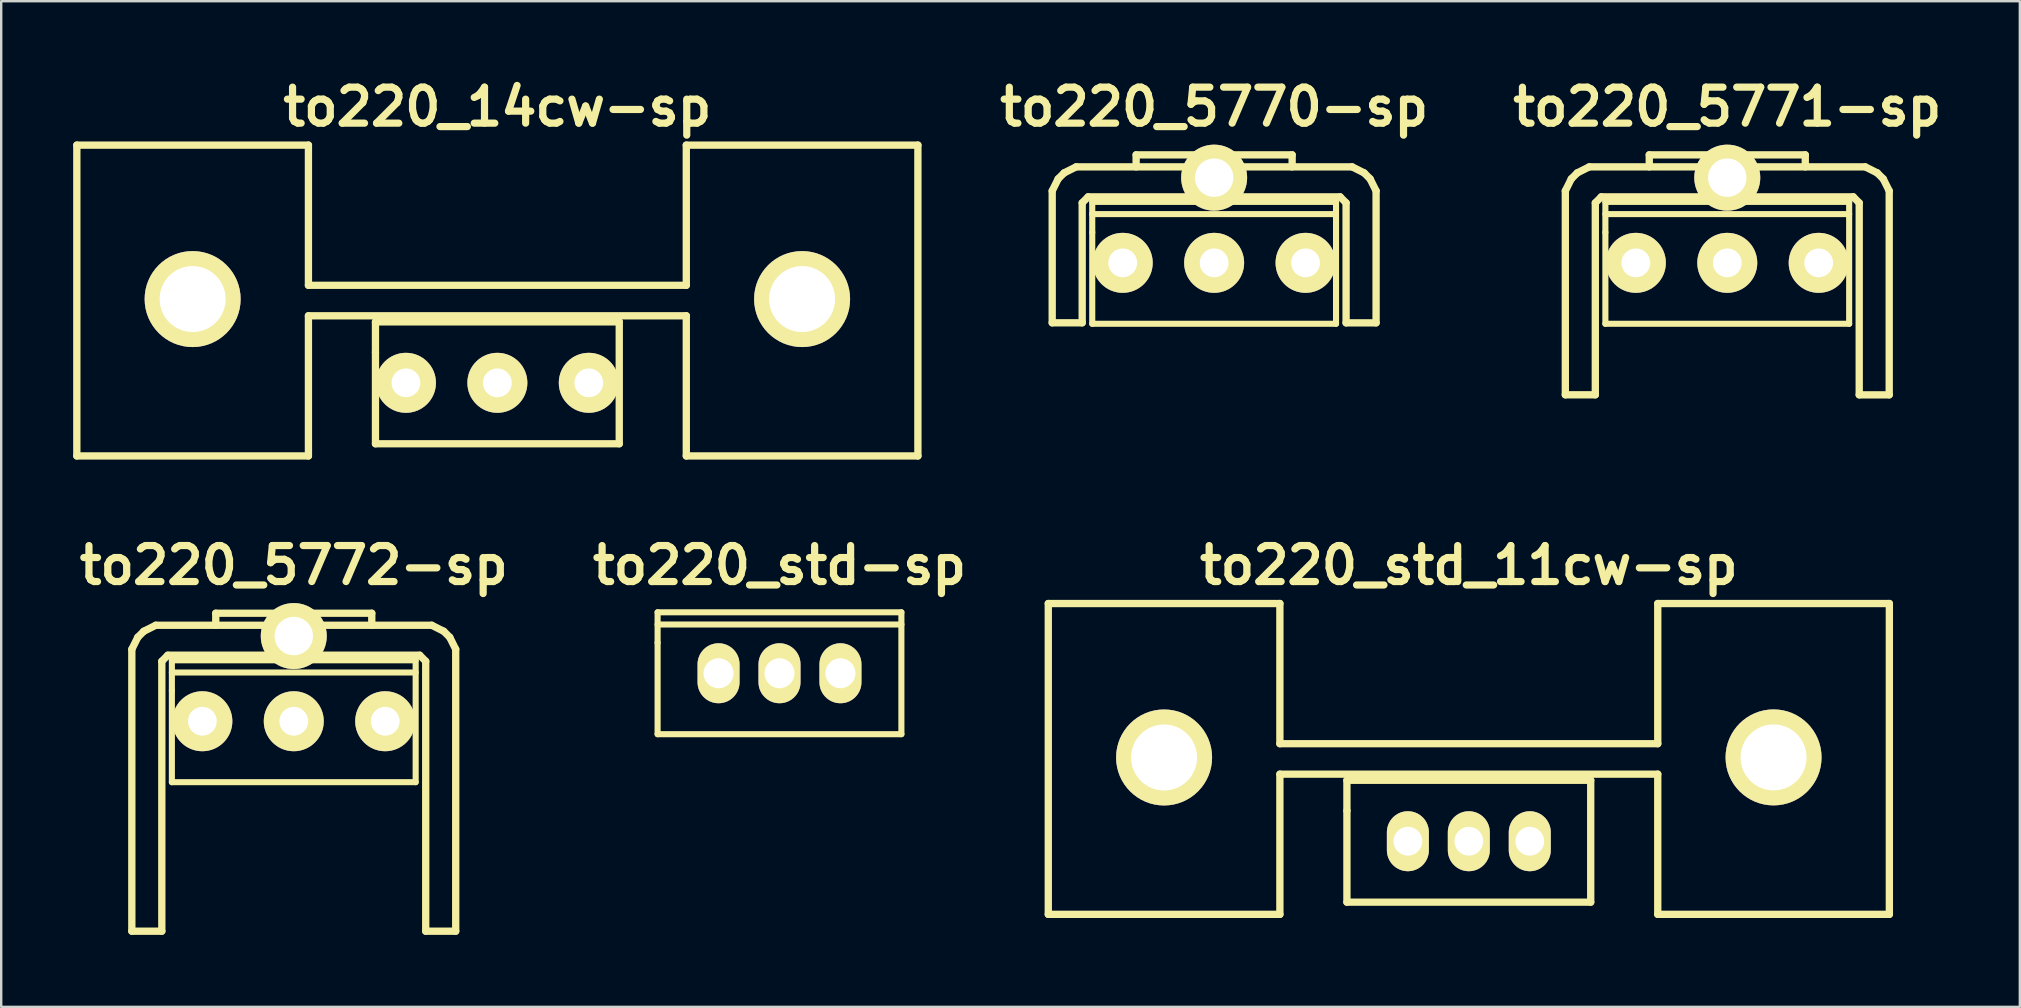
<source format=kicad_pcb>
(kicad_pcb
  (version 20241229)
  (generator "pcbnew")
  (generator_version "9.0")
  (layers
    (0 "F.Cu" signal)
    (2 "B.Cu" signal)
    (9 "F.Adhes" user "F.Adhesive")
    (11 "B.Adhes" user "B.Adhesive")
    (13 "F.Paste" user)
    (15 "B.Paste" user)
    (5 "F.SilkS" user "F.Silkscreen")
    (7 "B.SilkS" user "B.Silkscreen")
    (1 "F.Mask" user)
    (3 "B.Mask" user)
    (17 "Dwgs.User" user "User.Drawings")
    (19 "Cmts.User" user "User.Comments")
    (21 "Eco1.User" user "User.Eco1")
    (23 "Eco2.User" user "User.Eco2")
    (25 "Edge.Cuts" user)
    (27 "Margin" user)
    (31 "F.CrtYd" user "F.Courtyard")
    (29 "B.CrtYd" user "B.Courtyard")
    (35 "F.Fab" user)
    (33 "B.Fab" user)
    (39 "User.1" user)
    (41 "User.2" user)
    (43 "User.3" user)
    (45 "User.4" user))
  (footprint "to220_std_11cw-sp"
    (layer "F.Cu")
    (at 58.164 32.008)
    (property "Reference" "to220_std_11cw-sp" (at 0 -11.5 0) (layer "F.SilkS") (effects (font (size 1.5 1.5) (thickness 0.3))))
    (attr through_hole)
    (fp_line (start -17.526 -9.906) (end -17.526 3.048) (stroke (width 0.305) (type solid)) (layer "F.SilkS"))
    (fp_line (start -17.526 3.048) (end -7.874 3.048) (stroke (width 0.305) (type solid)) (layer "F.SilkS"))
    (fp_line (start -7.874 -9.906) (end -17.526 -9.906) (stroke (width 0.305) (type solid)) (layer "F.SilkS"))
    (fp_line (start -7.874 -9.906) (end -7.874 -4.064) (stroke (width 0.305) (type solid)) (layer "F.SilkS"))
    (fp_line (start -7.874 -2.794) (end -7.874 3.048) (stroke (width 0.305) (type solid)) (layer "F.SilkS"))
    (fp_line (start -7.874 -2.794) (end 7.874 -2.794) (stroke (width 0.305) (type solid)) (layer "F.SilkS"))
    (fp_line (start -5.08 -2.54) (end -5.08 -1.27) (stroke (width 0.305) (type solid)) (layer "F.SilkS"))
    (fp_line (start -5.08 -1.27) (end -5.08 2.54) (stroke (width 0.305) (type solid)) (layer "F.SilkS"))
    (fp_line (start -5.08 2.54) (end 5.08 2.54) (stroke (width 0.305) (type solid)) (layer "F.SilkS"))
    (fp_line (start 5.08 -2.54) (end -5.08 -2.54) (stroke (width 0.305) (type solid)) (layer "F.SilkS"))
    (fp_line (start 5.08 2.54) (end 5.08 -2.54) (stroke (width 0.305) (type solid)) (layer "F.SilkS"))
    (fp_line (start 7.874 -9.906) (end 7.874 -4.064) (stroke (width 0.305) (type solid)) (layer "F.SilkS"))
    (fp_line (start 7.874 -4.064) (end -7.874 -4.064) (stroke (width 0.305) (type solid)) (layer "F.SilkS"))
    (fp_line (start 7.874 3.048) (end 7.874 -2.794) (stroke (width 0.305) (type solid)) (layer "F.SilkS"))
    (fp_line (start 7.874 3.048) (end 17.526 3.048) (stroke (width 0.305) (type solid)) (layer "F.SilkS"))
    (fp_line (start 17.526 -9.906) (end 7.874 -9.906) (stroke (width 0.305) (type solid)) (layer "F.SilkS"))
    (fp_line (start 17.526 -9.906) (end 17.526 3.048) (stroke (width 0.305) (type solid)) (layer "F.SilkS"))
    (pad "" thru_hole circle (at -12.7 -3.49) (size 4 4) (drill 2.75) (layers "*.Cu" "*.Mask" "F.SilkS"))
    (pad "" thru_hole circle (at 12.7 -3.493) (size 4 4) (drill 2.75) (layers "*.Cu" "*.Mask" "F.SilkS"))
    (pad "1" thru_hole oval (at -2.54 0) (size 1.75 2.5) (drill 1.2) (layers "*.Cu" "*.Mask" "F.SilkS"))
    (pad "2" thru_hole oval (at 0 0) (size 1.75 2.5) (drill 1.2) (layers "*.Cu" "*.Mask" "F.SilkS"))
    (pad "3" thru_hole oval (at 2.54 0) (size 1.75 2.5) (drill 1.2) (layers "*.Cu" "*.Mask" "F.SilkS")))
  (footprint "to220_5770-sp"
    (layer "F.Cu")
    (at 47.55 7.904)
    (property "Reference" "to220_5770-sp" (at 0 -6.5 0) (layer "F.SilkS") (effects (font (size 1.5 1.5) (thickness 0.3))))
    (attr through_hole)
    (fp_line (start -6.749 -3) (end -6.5 -3.5) (stroke (width 0.305) (type solid)) (layer "F.SilkS"))
    (fp_line (start -6.749 2.499) (end -6.749 -3) (stroke (width 0.305) (type solid)) (layer "F.SilkS"))
    (fp_line (start -6.5 -3.5) (end -6.251 -3.749) (stroke (width 0.305) (type solid)) (layer "F.SilkS"))
    (fp_line (start -6.251 -3.749) (end -5.751 -4) (stroke (width 0.305) (type solid)) (layer "F.SilkS"))
    (fp_line (start -5.499 -2.499) (end -5.25 -2.751) (stroke (width 0.305) (type solid)) (layer "F.SilkS"))
    (fp_line (start -5.499 2.499) (end -6.749 2.499) (stroke (width 0.305) (type solid)) (layer "F.SilkS"))
    (fp_line (start -5.499 2.499) (end -5.499 -2.499) (stroke (width 0.305) (type solid)) (layer "F.SilkS"))
    (fp_line (start -5.25 -2.751) (end 5.25 -2.751) (stroke (width 0.305) (type solid)) (layer "F.SilkS"))
    (fp_line (start -5.08 -2.54) (end -5.08 -1.27) (stroke (width 0.254) (type solid)) (layer "F.SilkS"))
    (fp_line (start -5.08 -2.032) (end 5.08 -2.032) (stroke (width 0.254) (type solid)) (layer "F.SilkS"))
    (fp_line (start -5.08 -1.27) (end -5.08 2.54) (stroke (width 0.254) (type solid)) (layer "F.SilkS"))
    (fp_line (start -5.08 2.54) (end 5.08 2.54) (stroke (width 0.254) (type solid)) (layer "F.SilkS"))
    (fp_line (start -3.251 -4.501) (end 3.251 -4.501) (stroke (width 0.305) (type solid)) (layer "F.SilkS"))
    (fp_line (start -3.251 -4) (end -3.251 -4.501) (stroke (width 0.305) (type solid)) (layer "F.SilkS"))
    (fp_line (start 3.251 -4.501) (end 3.251 -4) (stroke (width 0.305) (type solid)) (layer "F.SilkS"))
    (fp_line (start 5.08 -2.54) (end -5.08 -2.54) (stroke (width 0.254) (type solid)) (layer "F.SilkS"))
    (fp_line (start 5.08 2.54) (end 5.08 -2.54) (stroke (width 0.254) (type solid)) (layer "F.SilkS"))
    (fp_line (start 5.25 -2.751) (end 5.499 -2.499) (stroke (width 0.305) (type solid)) (layer "F.SilkS"))
    (fp_line (start 5.499 2.499) (end 5.499 -2.499) (stroke (width 0.305) (type solid)) (layer "F.SilkS"))
    (fp_line (start 5.751 -4) (end -5.751 -4) (stroke (width 0.305) (type solid)) (layer "F.SilkS"))
    (fp_line (start 5.751 -4) (end 6.251 -3.749) (stroke (width 0.305) (type solid)) (layer "F.SilkS"))
    (fp_line (start 6.251 -3.749) (end 6.5 -3.5) (stroke (width 0.305) (type solid)) (layer "F.SilkS"))
    (fp_line (start 6.5 -3.5) (end 6.749 -3) (stroke (width 0.305) (type solid)) (layer "F.SilkS"))
    (fp_line (start 6.749 2.499) (end 6.749 -3) (stroke (width 0.305) (type solid)) (layer "F.SilkS"))
    (fp_line (start 6.749 2.502) (end 5.499 2.502) (stroke (width 0.305) (type solid)) (layer "F.SilkS"))
    (pad "" thru_hole circle (at 0 -3.55) (size 2.75 2.75) (drill 1.6) (layers "*.Cu" "*.Mask" "F.SilkS"))
    (pad "1" thru_hole circle (at -3.81 0) (size 2.5 2.5) (drill 1.2) (layers "*.Cu" "*.Mask" "F.SilkS"))
    (pad "2" thru_hole circle (at 0 0) (size 2.5 2.5) (drill 1.2) (layers "*.Cu" "*.Mask" "F.SilkS"))
    (pad "3" thru_hole circle (at 3.81 0) (size 2.5 2.5) (drill 1.2) (layers "*.Cu" "*.Mask" "F.SilkS")))
  (footprint "to220_5772-sp"
    (layer "F.Cu")
    (at 9.193 27.008)
    (property "Reference" "to220_5772-sp" (at 0 -6.5 0) (layer "F.SilkS") (effects (font (size 1.5 1.5) (thickness 0.3))))
    (attr through_hole)
    (fp_line (start -6.749 -3) (end -6.749 8.75) (stroke (width 0.305) (type solid)) (layer "F.SilkS"))
    (fp_line (start -6.749 -3) (end -6.5 -3.5) (stroke (width 0.305) (type solid)) (layer "F.SilkS"))
    (fp_line (start -6.5 -3.5) (end -6.251 -3.749) (stroke (width 0.305) (type solid)) (layer "F.SilkS"))
    (fp_line (start -6.251 -3.749) (end -5.751 -4) (stroke (width 0.305) (type solid)) (layer "F.SilkS"))
    (fp_line (start -5.499 -2.499) (end -5.25 -2.751) (stroke (width 0.305) (type solid)) (layer "F.SilkS"))
    (fp_line (start -5.499 8.75) (end -6.749 8.75) (stroke (width 0.305) (type solid)) (layer "F.SilkS"))
    (fp_line (start -5.499 8.75) (end -5.499 -2.499) (stroke (width 0.305) (type solid)) (layer "F.SilkS"))
    (fp_line (start -5.25 -2.751) (end 5.25 -2.751) (stroke (width 0.305) (type solid)) (layer "F.SilkS"))
    (fp_line (start -5.08 -2.54) (end -5.08 -1.27) (stroke (width 0.254) (type solid)) (layer "F.SilkS"))
    (fp_line (start -5.08 -2.032) (end 5.08 -2.032) (stroke (width 0.254) (type solid)) (layer "F.SilkS"))
    (fp_line (start -5.08 -1.27) (end -5.08 2.54) (stroke (width 0.254) (type solid)) (layer "F.SilkS"))
    (fp_line (start -5.08 2.54) (end 5.08 2.54) (stroke (width 0.254) (type solid)) (layer "F.SilkS"))
    (fp_line (start -3.251 -4.501) (end 3.251 -4.501) (stroke (width 0.305) (type solid)) (layer "F.SilkS"))
    (fp_line (start -3.251 -4) (end -3.251 -4.501) (stroke (width 0.305) (type solid)) (layer "F.SilkS"))
    (fp_line (start 3.251 -4.501) (end 3.251 -4) (stroke (width 0.305) (type solid)) (layer "F.SilkS"))
    (fp_line (start 5.08 -2.54) (end -5.08 -2.54) (stroke (width 0.254) (type solid)) (layer "F.SilkS"))
    (fp_line (start 5.08 2.54) (end 5.08 -2.54) (stroke (width 0.254) (type solid)) (layer "F.SilkS"))
    (fp_line (start 5.25 -2.751) (end 5.499 -2.499) (stroke (width 0.305) (type solid)) (layer "F.SilkS"))
    (fp_line (start 5.499 -2.499) (end 5.499 8.75) (stroke (width 0.305) (type solid)) (layer "F.SilkS"))
    (fp_line (start 5.751 -4) (end -5.751 -4) (stroke (width 0.305) (type solid)) (layer "F.SilkS"))
    (fp_line (start 5.751 -4) (end 6.251 -3.749) (stroke (width 0.305) (type solid)) (layer "F.SilkS"))
    (fp_line (start 6.251 -3.749) (end 6.5 -3.5) (stroke (width 0.305) (type solid)) (layer "F.SilkS"))
    (fp_line (start 6.5 -3.5) (end 6.749 -3) (stroke (width 0.305) (type solid)) (layer "F.SilkS"))
    (fp_line (start 6.749 -3) (end 6.749 8.75) (stroke (width 0.305) (type solid)) (layer "F.SilkS"))
    (fp_line (start 6.749 8.75) (end 5.499 8.75) (stroke (width 0.305) (type solid)) (layer "F.SilkS"))
    (pad "" thru_hole circle (at 0 -3.55) (size 2.75 2.75) (drill 1.6) (layers "*.Cu" "*.Mask" "F.SilkS"))
    (pad "1" thru_hole circle (at -3.81 0) (size 2.5 2.5) (drill 1.2) (layers "*.Cu" "*.Mask" "F.SilkS"))
    (pad "2" thru_hole circle (at 0 0) (size 2.5 2.5) (drill 1.2) (layers "*.Cu" "*.Mask" "F.SilkS"))
    (pad "3" thru_hole circle (at 3.81 0) (size 2.5 2.5) (drill 1.2) (layers "*.Cu" "*.Mask" "F.SilkS")))
  (footprint "to220_5771-sp"
    (layer "F.Cu")
    (at 68.935 7.904)
    (property "Reference" "to220_5771-sp" (at 0 -6.5 0) (layer "F.SilkS") (effects (font (size 1.5 1.5) (thickness 0.3))))
    (attr through_hole)
    (fp_line (start -6.749 -3) (end -6.5 -3.5) (stroke (width 0.305) (type solid)) (layer "F.SilkS"))
    (fp_line (start -6.749 5.499) (end -6.749 -3) (stroke (width 0.305) (type solid)) (layer "F.SilkS"))
    (fp_line (start -6.5 -3.5) (end -6.251 -3.749) (stroke (width 0.305) (type solid)) (layer "F.SilkS"))
    (fp_line (start -6.251 -3.749) (end -5.751 -4) (stroke (width 0.305) (type solid)) (layer "F.SilkS"))
    (fp_line (start -5.499 -2.499) (end -5.499 5.499) (stroke (width 0.305) (type solid)) (layer "F.SilkS"))
    (fp_line (start -5.499 -2.499) (end -5.25 -2.751) (stroke (width 0.305) (type solid)) (layer "F.SilkS"))
    (fp_line (start -5.499 5.499) (end -6.749 5.499) (stroke (width 0.305) (type solid)) (layer "F.SilkS"))
    (fp_line (start -5.25 -2.751) (end 5.25 -2.751) (stroke (width 0.305) (type solid)) (layer "F.SilkS"))
    (fp_line (start -5.08 -2.54) (end -5.08 -1.27) (stroke (width 0.254) (type solid)) (layer "F.SilkS"))
    (fp_line (start -5.08 -2.032) (end 5.08 -2.032) (stroke (width 0.254) (type solid)) (layer "F.SilkS"))
    (fp_line (start -5.08 -1.27) (end -5.08 2.54) (stroke (width 0.254) (type solid)) (layer "F.SilkS"))
    (fp_line (start -5.08 2.54) (end 5.08 2.54) (stroke (width 0.254) (type solid)) (layer "F.SilkS"))
    (fp_line (start -3.251 -4.501) (end 3.251 -4.501) (stroke (width 0.305) (type solid)) (layer "F.SilkS"))
    (fp_line (start -3.251 -4) (end -3.251 -4.501) (stroke (width 0.305) (type solid)) (layer "F.SilkS"))
    (fp_line (start 3.251 -4.501) (end 3.251 -4) (stroke (width 0.305) (type solid)) (layer "F.SilkS"))
    (fp_line (start 5.08 -2.54) (end -5.08 -2.54) (stroke (width 0.254) (type solid)) (layer "F.SilkS"))
    (fp_line (start 5.08 2.54) (end 5.08 -2.54) (stroke (width 0.254) (type solid)) (layer "F.SilkS"))
    (fp_line (start 5.25 -2.751) (end 5.499 -2.499) (stroke (width 0.305) (type solid)) (layer "F.SilkS"))
    (fp_line (start 5.499 5.499) (end 5.499 -2.499) (stroke (width 0.305) (type solid)) (layer "F.SilkS"))
    (fp_line (start 5.751 -4) (end -5.751 -4) (stroke (width 0.305) (type solid)) (layer "F.SilkS"))
    (fp_line (start 5.751 -4) (end 6.251 -3.749) (stroke (width 0.305) (type solid)) (layer "F.SilkS"))
    (fp_line (start 6.251 -3.749) (end 6.5 -3.5) (stroke (width 0.305) (type solid)) (layer "F.SilkS"))
    (fp_line (start 6.5 -3.5) (end 6.749 -3) (stroke (width 0.305) (type solid)) (layer "F.SilkS"))
    (fp_line (start 6.749 5.499) (end 6.749 -3) (stroke (width 0.305) (type solid)) (layer "F.SilkS"))
    (fp_line (start 6.749 5.502) (end 5.499 5.502) (stroke (width 0.305) (type solid)) (layer "F.SilkS"))
    (pad "" thru_hole circle (at 0 -3.55) (size 2.75 2.75) (drill 1.6) (layers "*.Cu" "*.Mask" "F.SilkS"))
    (pad "1" thru_hole circle (at -3.81 0) (size 2.5 2.5) (drill 1.2) (layers "*.Cu" "*.Mask" "F.SilkS"))
    (pad "2" thru_hole circle (at 0 0) (size 2.5 2.5) (drill 1.2) (layers "*.Cu" "*.Mask" "F.SilkS"))
    (pad "3" thru_hole circle (at 3.81 0) (size 2.5 2.5) (drill 1.2) (layers "*.Cu" "*.Mask" "F.SilkS")))
  (footprint "to220_14cw-sp"
    (layer "F.Cu")
    (at 17.678 12.904)
    (property "Reference" "to220_14cw-sp" (at 0 -11.5 0) (layer "F.SilkS") (effects (font (size 1.5 1.5) (thickness 0.3))))
    (attr through_hole)
    (fp_line (start -17.526 -9.906) (end -17.526 3.048) (stroke (width 0.305) (type solid)) (layer "F.SilkS"))
    (fp_line (start -17.526 3.048) (end -7.874 3.048) (stroke (width 0.305) (type solid)) (layer "F.SilkS"))
    (fp_line (start -7.874 -9.906) (end -17.526 -9.906) (stroke (width 0.305) (type solid)) (layer "F.SilkS"))
    (fp_line (start -7.874 -9.906) (end -7.874 -4.064) (stroke (width 0.305) (type solid)) (layer "F.SilkS"))
    (fp_line (start -7.874 -2.794) (end -7.874 3.048) (stroke (width 0.305) (type solid)) (layer "F.SilkS"))
    (fp_line (start -7.874 -2.794) (end 7.874 -2.794) (stroke (width 0.305) (type solid)) (layer "F.SilkS"))
    (fp_line (start -5.08 -2.54) (end -5.08 -1.27) (stroke (width 0.305) (type solid)) (layer "F.SilkS"))
    (fp_line (start -5.08 -1.27) (end -5.08 2.54) (stroke (width 0.305) (type solid)) (layer "F.SilkS"))
    (fp_line (start -5.08 2.54) (end 5.08 2.54) (stroke (width 0.305) (type solid)) (layer "F.SilkS"))
    (fp_line (start 5.08 -2.54) (end -5.08 -2.54) (stroke (width 0.305) (type solid)) (layer "F.SilkS"))
    (fp_line (start 5.08 2.54) (end 5.08 -2.54) (stroke (width 0.305) (type solid)) (layer "F.SilkS"))
    (fp_line (start 7.874 -9.906) (end 7.874 -4.064) (stroke (width 0.305) (type solid)) (layer "F.SilkS"))
    (fp_line (start 7.874 -4.064) (end -7.874 -4.064) (stroke (width 0.305) (type solid)) (layer "F.SilkS"))
    (fp_line (start 7.874 3.048) (end 7.874 -2.794) (stroke (width 0.305) (type solid)) (layer "F.SilkS"))
    (fp_line (start 7.874 3.048) (end 17.526 3.048) (stroke (width 0.305) (type solid)) (layer "F.SilkS"))
    (fp_line (start 17.526 -9.906) (end 7.874 -9.906) (stroke (width 0.305) (type solid)) (layer "F.SilkS"))
    (fp_line (start 17.526 -9.906) (end 17.526 3.048) (stroke (width 0.305) (type solid)) (layer "F.SilkS"))
    (pad "" thru_hole circle (at -12.7 -3.49) (size 4 4) (drill 2.75) (layers "*.Cu" "*.Mask" "F.SilkS"))
    (pad "" thru_hole circle (at 12.7 -3.49) (size 4 4) (drill 2.75) (layers "*.Cu" "*.Mask" "F.SilkS"))
    (pad "1" thru_hole circle (at -3.81 0) (size 2.5 2.5) (drill 1.2) (layers "*.Cu" "*.Mask" "F.SilkS"))
    (pad "2" thru_hole circle (at 0 0) (size 2.5 2.5) (drill 1.2) (layers "*.Cu" "*.Mask" "F.SilkS"))
    (pad "3" thru_hole circle (at 3.81 0) (size 2.5 2.5) (drill 1.2) (layers "*.Cu" "*.Mask" "F.SilkS")))
  (footprint "to220_std-sp"
    (layer "F.Cu")
    (at 29.436 25.008)
    (property "Reference" "to220_std-sp" (at 0 -4.5 0) (layer "F.SilkS") (effects (font (size 1.5 1.5) (thickness 0.3))))
    (attr through_hole)
    (fp_line (start -5.08 -2.54) (end -5.08 -1.27) (stroke (width 0.254) (type solid)) (layer "F.SilkS"))
    (fp_line (start -5.08 -2.032) (end 5.08 -2.032) (stroke (width 0.254) (type solid)) (layer "F.SilkS"))
    (fp_line (start -5.08 -1.27) (end -5.08 2.54) (stroke (width 0.254) (type solid)) (layer "F.SilkS"))
    (fp_line (start -5.08 2.54) (end 5.08 2.54) (stroke (width 0.254) (type solid)) (layer "F.SilkS"))
    (fp_line (start 5.08 -2.54) (end -5.08 -2.54) (stroke (width 0.254) (type solid)) (layer "F.SilkS"))
    (fp_line (start 5.08 2.54) (end 5.08 -2.54) (stroke (width 0.254) (type solid)) (layer "F.SilkS"))
    (pad "1" thru_hole oval (at -2.54 0) (size 1.75 2.5) (drill 1.25) (layers "*.Cu" "*.Mask" "F.SilkS"))
    (pad "2" thru_hole oval (at 0 0) (size 1.75 2.5) (drill 1.25) (layers "*.Cu" "*.Mask" "F.SilkS"))
    (pad "3" thru_hole oval (at 2.54 0) (size 1.75 2.5) (drill 1.25) (layers "*.Cu" "*.Mask" "F.SilkS")))
  (gr_rect
    (start -3 -3)
    (end 81.128 38.911)
    (stroke (width 0.1) (type default))
    (fill no)
    (layer "Edge.Cuts")))
</source>
